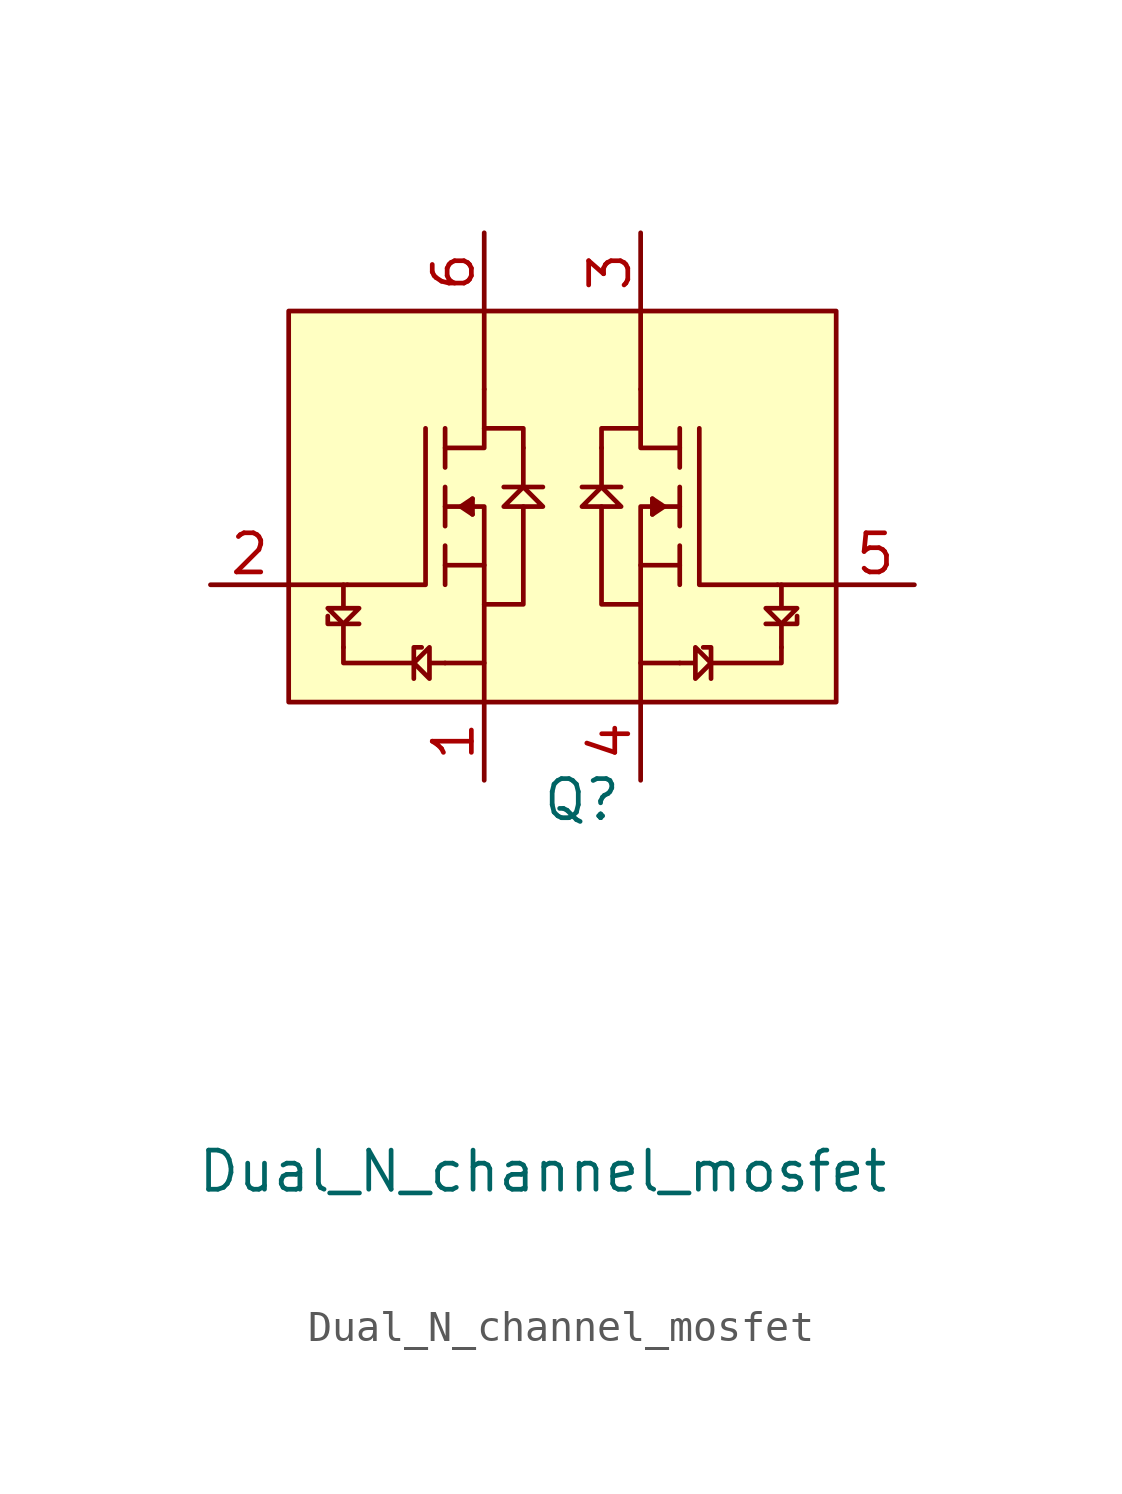
<source format=kicad_sym>
(kicad_symbol_lib
  (version 20211014)
  (generator kicad_symbol_editor)
  (symbol "Dual_N_channel_mosfet"
    (property "Reference" "Q"
      (at 0.635 -9.525 0)
      (effects (font (size 1.27 1.27))))
    (property "Value" "Dual_N_channel_mosfet"
      (at -0.635 -21.59 0)
      (effects (font (size 1.27 1.27))))
    (symbol "Dual_N_channel_mosfet_0_1"
      (rectangle (start -8.89 6.35) (end 8.89 -6.35) (stroke (width 0) (type default) (color 0 0 0 0)) (fill (type background)))
      (polyline (pts (xy -7.112 -3.81) (xy -7.112 -4.572)) (stroke (width 0) (type default) (color 0 0 0 0)) (fill (type none)))
      (polyline (pts (xy -6.985 -2.54) (xy -8.89 -2.54)) (stroke (width 0) (type default) (color 0 0 0 0)) (fill (type none)))
      (polyline (pts (xy -3.81 -1.27) (xy -3.81 -2.54)) (stroke (width 0) (type default) (color 0 0 0 0)) (fill (type none)))
      (polyline (pts (xy -3.81 0.635) (xy -3.81 -0.635)) (stroke (width 0) (type default) (color 0 0 0 0)) (fill (type none)))
      (polyline (pts (xy -3.81 2.54) (xy -3.81 1.27)) (stroke (width 0) (type default) (color 0 0 0 0)) (fill (type none)))
      (polyline (pts (xy -2.54 -6.35) (xy -2.54 -3.175)) (stroke (width 0) (type default) (color 0 0 0 0)) (fill (type none)))
      (polyline (pts (xy -2.54 -5.08) (xy -3.81 -5.08)) (stroke (width 0) (type default) (color 0 0 0 0)) (fill (type none)))
      (polyline (pts (xy -2.54 -1.905) (xy -3.81 -1.905)) (stroke (width 0) (type default) (color 0 0 0 0)) (fill (type none)))
      (polyline (pts (xy -2.54 3.81) (xy -2.54 6.35)) (stroke (width 0) (type default) (color 0 0 0 0)) (fill (type none)))
      (polyline (pts (xy -1.27 1.905) (xy -1.27 0.635)) (stroke (width 0) (type default) (color 0 0 0 0)) (fill (type none)))
      (polyline (pts (xy -0.635 0.635) (xy -1.905 0.635)) (stroke (width 0) (type default) (color 0 0 0 0)) (fill (type none)))
      (polyline (pts (xy 0.635 0.635) (xy 1.905 0.635)) (stroke (width 0) (type default) (color 0 0 0 0)) (fill (type none)))
      (polyline (pts (xy 1.27 1.905) (xy 1.27 0.635)) (stroke (width 0) (type default) (color 0 0 0 0)) (fill (type none)))
      (polyline (pts (xy 2.54 -5.08) (xy 3.81 -5.08)) (stroke (width 0) (type default) (color 0 0 0 0)) (fill (type none)))
      (polyline (pts (xy 2.54 -3.175) (xy 2.54 -6.35)) (stroke (width 0) (type default) (color 0 0 0 0)) (fill (type none)))
      (polyline (pts (xy 2.54 -1.905) (xy 3.81 -1.905)) (stroke (width 0) (type default) (color 0 0 0 0)) (fill (type none)))
      (polyline (pts (xy 2.54 3.81) (xy 2.54 6.35)) (stroke (width 0) (type default) (color 0 0 0 0)) (fill (type none)))
      (polyline (pts (xy 3.81 -1.27) (xy 3.81 -2.54)) (stroke (width 0) (type default) (color 0 0 0 0)) (fill (type none)))
      (polyline (pts (xy 3.81 0.635) (xy 3.81 -0.635)) (stroke (width 0) (type default) (color 0 0 0 0)) (fill (type none)))
      (polyline (pts (xy 3.81 2.54) (xy 3.81 1.27)) (stroke (width 0) (type default) (color 0 0 0 0)) (fill (type none)))
      (polyline (pts (xy 6.985 -2.54) (xy 8.89 -2.54)) (stroke (width 0) (type default) (color 0 0 0 0)) (fill (type none)))
      (polyline (pts (xy 7.112 -3.81) (xy 7.112 -4.572)) (stroke (width 0) (type default) (color 0 0 0 0)) (fill (type none)))
      (polyline (pts (xy -6.604 -3.81) (xy -7.62 -3.81) (xy -7.62 -3.556)) (stroke (width 0) (type default) (color 0 0 0 0)) (fill (type none)))
      (polyline (pts (xy -4.826 -5.588) (xy -4.826 -4.572) (xy -4.572 -4.572)) (stroke (width 0) (type default) (color 0 0 0 0)) (fill (type none)))
      (polyline (pts (xy -4.826 -5.08) (xy -7.112 -5.08) (xy -7.112 -4.572)) (stroke (width 0) (type default) (color 0 0 0 0)) (fill (type none)))
      (polyline (pts (xy -4.445 2.54) (xy -4.445 -2.54) (xy -6.985 -2.54)) (stroke (width 0) (type default) (color 0 0 0 0)) (fill (type none)))
      (polyline (pts (xy -2.921 0.254) (xy -3.048 0) (xy -2.921 -0.254)) (stroke (width 0) (type default) (color 0 0 0 0)) (fill (type none)))
      (polyline (pts (xy -2.54 2.54) (xy -2.54 1.905) (xy -3.81 1.905)) (stroke (width 0) (type default) (color 0 0 0 0)) (fill (type none)))
      (polyline (pts (xy 2.54 2.54) (xy 2.54 1.905) (xy 3.81 1.905)) (stroke (width 0) (type default) (color 0 0 0 0)) (fill (type none)))
      (polyline (pts (xy 2.921 0.254) (xy 3.048 0) (xy 2.921 -0.254)) (stroke (width 0) (type default) (color 0 0 0 0)) (fill (type none)))
      (polyline (pts (xy 4.445 2.54) (xy 4.445 -2.54) (xy 6.985 -2.54)) (stroke (width 0) (type default) (color 0 0 0 0)) (fill (type none)))
      (polyline (pts (xy 4.826 -5.588) (xy 4.826 -4.572) (xy 4.572 -4.572)) (stroke (width 0) (type default) (color 0 0 0 0)) (fill (type none)))
      (polyline (pts (xy 4.826 -5.08) (xy 7.112 -5.08) (xy 7.112 -4.572)) (stroke (width 0) (type default) (color 0 0 0 0)) (fill (type none)))
      (polyline (pts (xy 6.604 -3.81) (xy 7.62 -3.81) (xy 7.62 -3.556)) (stroke (width 0) (type default) (color 0 0 0 0)) (fill (type none)))
      (polyline (pts (xy -3.302 0) (xy -2.921 0.254) (xy -2.921 -0.254) (xy -3.302 0)) (stroke (width 0) (type default) (color 0 0 0 0)) (fill (type none)))
      (polyline (pts (xy -1.27 0.635) (xy -1.905 0) (xy -0.635 0) (xy -1.27 0.635)) (stroke (width 0) (type default) (color 0 0 0 0)) (fill (type none)))
      (polyline (pts (xy -1.27 1.905) (xy -1.27 2.54) (xy -2.54 2.54) (xy -2.54 3.81)) (stroke (width 0) (type default) (color 0 0 0 0)) (fill (type none)))
      (polyline (pts (xy 1.27 0.635) (xy 1.905 0) (xy 0.635 0) (xy 1.27 0.635)) (stroke (width 0) (type default) (color 0 0 0 0)) (fill (type none)))
      (polyline (pts (xy 1.27 1.905) (xy 1.27 2.54) (xy 2.54 2.54) (xy 2.54 3.81)) (stroke (width 0) (type default) (color 0 0 0 0)) (fill (type none)))
      (polyline (pts (xy 3.302 0) (xy 2.921 0.254) (xy 2.921 -0.254) (xy 3.302 0)) (stroke (width 0) (type default) (color 0 0 0 0)) (fill (type none)))
      (polyline (pts (xy -3.81 0) (xy -2.54 0) (xy -2.54 -3.175) (xy -1.27 -3.175) (xy -1.27 0)) (stroke (width 0) (type default) (color 0 0 0 0)) (fill (type none)))
      (polyline (pts (xy 3.81 0) (xy 2.54 0) (xy 2.54 -3.175) (xy 1.27 -3.175) (xy 1.27 0)) (stroke (width 0) (type default) (color 0 0 0 0)) (fill (type none)))
      (polyline (pts (xy -7.112 -2.54) (xy -7.112 -3.302) (xy -7.62 -3.302) (xy -7.112 -3.81) (xy -6.604 -3.302) (xy -7.112 -3.302)) (stroke (width 0) (type default) (color 0 0 0 0)) (fill (type none)))
      (polyline (pts (xy -3.81 -5.08) (xy -4.318 -5.08) (xy -4.318 -4.572) (xy -4.826 -5.08) (xy -4.318 -5.588) (xy -4.318 -5.08)) (stroke (width 0) (type default) (color 0 0 0 0)) (fill (type none)))
      (polyline (pts (xy 3.81 -5.08) (xy 4.318 -5.08) (xy 4.318 -4.572) (xy 4.826 -5.08) (xy 4.318 -5.588) (xy 4.318 -5.08)) (stroke (width 0) (type default) (color 0 0 0 0)) (fill (type none)))
      (polyline (pts (xy 7.112 -2.54) (xy 7.112 -3.302) (xy 7.62 -3.302) (xy 7.112 -3.81) (xy 6.604 -3.302) (xy 7.112 -3.302)) (stroke (width 0) (type default) (color 0 0 0 0)) (fill (type none))))
    (symbol "Dual_N_channel_mosfet_1_1"
      (pin passive line (at -2.54 -8.89 90) (length 2.54) (name "" (effects (font (size 1.27 1.27)))) (number "1" (effects (font (size 1.27 1.27)))))
      (pin passive line (at -11.43 -2.54 0) (length 2.54) (name "" (effects (font (size 1.27 1.27)))) (number "2" (effects (font (size 1.27 1.27)))))
      (pin passive line (at 2.54 8.89 270) (length 2.54) (name "" (effects (font (size 1.27 1.27)))) (number "3" (effects (font (size 1.27 1.27)))))
      (pin passive line (at 2.54 -8.89 90) (length 2.54) (name "" (effects (font (size 1.27 1.27)))) (number "4" (effects (font (size 1.27 1.27)))))
      (pin passive line (at 11.43 -2.54 180) (length 2.54) (name "" (effects (font (size 1.27 1.27)))) (number "5" (effects (font (size 1.27 1.27)))))
      (pin passive line (at -2.54 8.89 270) (length 2.54) (name "" (effects (font (size 1.27 1.27)))) (number "6" (effects (font (size 1.27 1.27))))))))
</source>
